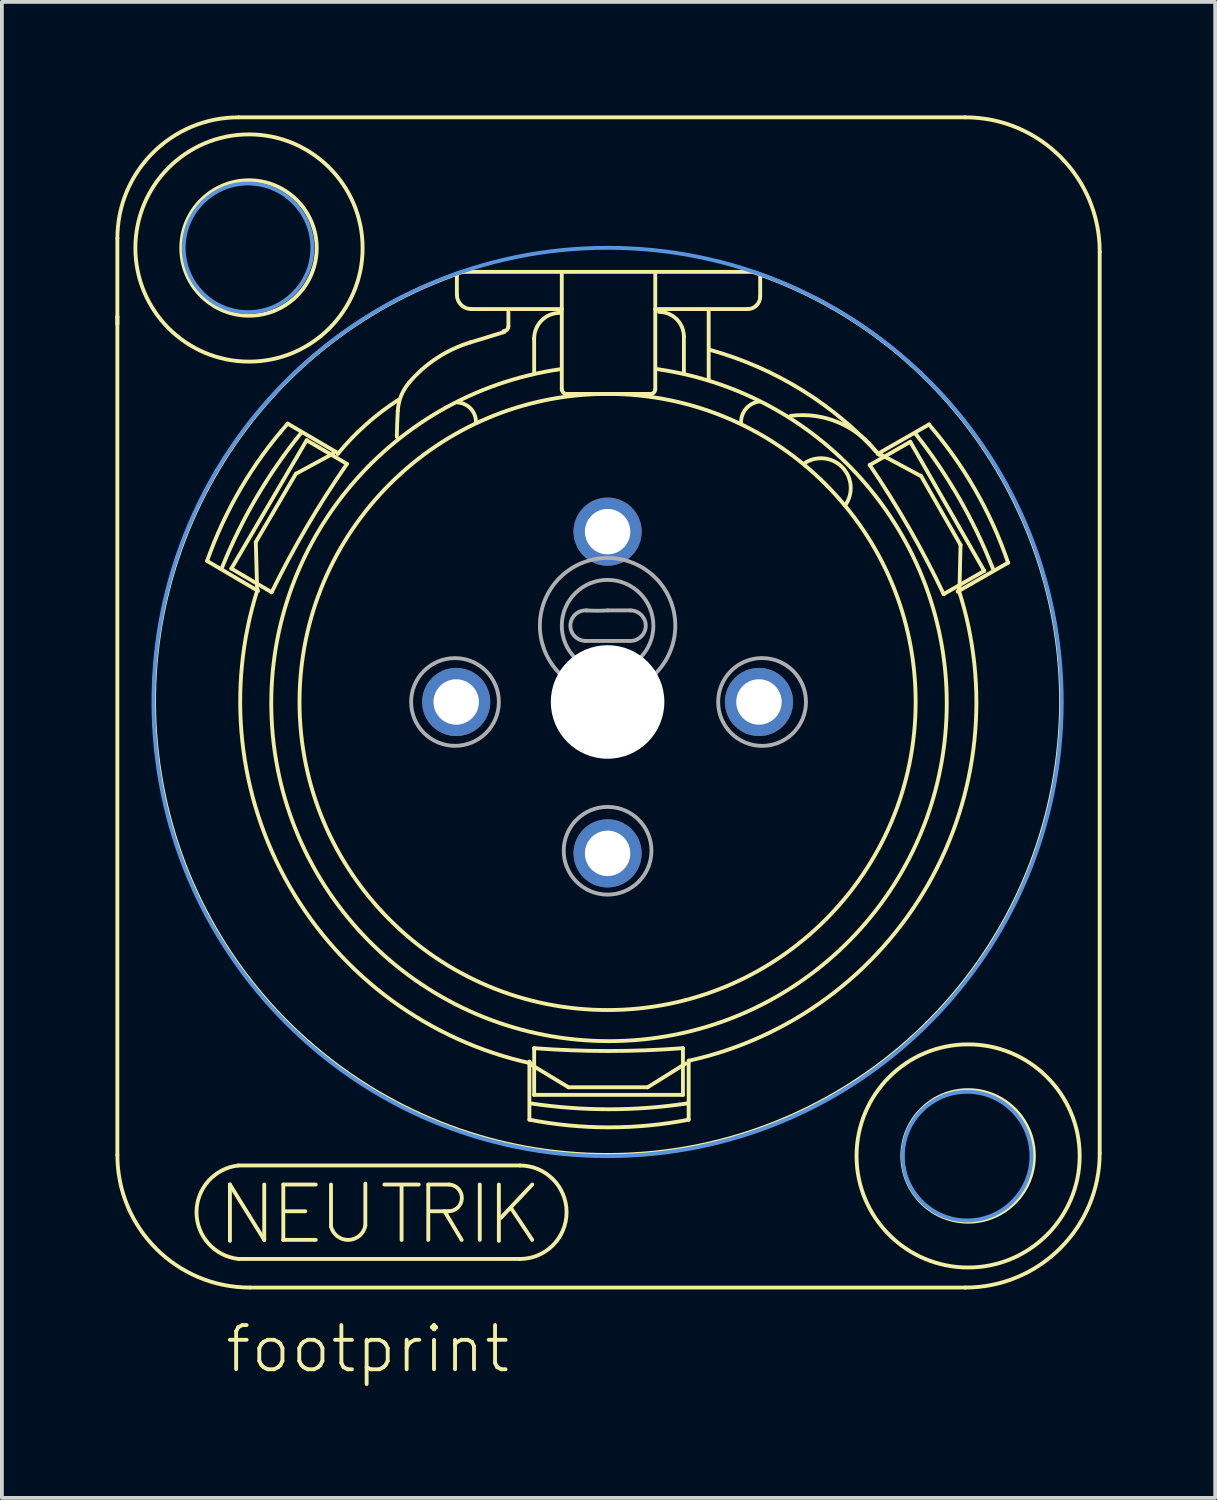
<source format=kicad_pcb>
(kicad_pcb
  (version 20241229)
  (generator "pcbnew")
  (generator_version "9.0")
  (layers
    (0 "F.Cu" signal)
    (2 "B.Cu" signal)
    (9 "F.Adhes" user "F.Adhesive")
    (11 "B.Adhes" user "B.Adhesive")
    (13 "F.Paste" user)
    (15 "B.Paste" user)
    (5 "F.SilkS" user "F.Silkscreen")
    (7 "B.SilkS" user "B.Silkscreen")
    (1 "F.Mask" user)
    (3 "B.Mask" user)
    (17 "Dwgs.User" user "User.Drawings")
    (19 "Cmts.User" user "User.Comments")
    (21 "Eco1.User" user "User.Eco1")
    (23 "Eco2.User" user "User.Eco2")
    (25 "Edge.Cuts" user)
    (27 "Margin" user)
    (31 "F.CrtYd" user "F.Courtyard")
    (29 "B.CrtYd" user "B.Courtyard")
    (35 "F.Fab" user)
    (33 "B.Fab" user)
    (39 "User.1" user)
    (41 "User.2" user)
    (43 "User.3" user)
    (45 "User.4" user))
  (footprint "footprint"
    (layer "F.Cu")
    (at 13.004 15.498)
    (property "Reference" "footprint" (at -10.16 17.78 0) (layer "F.SilkS") (effects (font (size 1.168 1.168) (thickness 0.102)) (justify left bottom)))
    (fp_line (start -12.953 -10.181) (end -12.953 -12.247) (stroke (width 0.102) (type solid)) (layer "F.SilkS"))
    (fp_line (start -12.953 -9.979) (end -12.953 -10.181) (stroke (width 0.102) (type solid)) (layer "F.SilkS"))
    (fp_line (start -12.953 11.97) (end -12.953 -10.181) (stroke (width 0.102) (type solid)) (layer "F.SilkS"))
    (fp_line (start -10.582 -3.725) (end -9.235 -2.934) (stroke (width 0.102) (type solid)) (layer "F.SilkS"))
    (fp_line (start -9.979 12.751) (end -9.072 14.213) (stroke (width 0.102) (type solid)) (layer "F.SilkS"))
    (fp_line (start -9.979 14.238) (end -9.979 12.751) (stroke (width 0.102) (type solid)) (layer "F.SilkS"))
    (fp_line (start -9.941 -3.524) (end -7.951 -6.915) (stroke (width 0.102) (type solid)) (layer "F.SilkS"))
    (fp_line (start -9.752 -15.448) (end 9.45 -15.448) (stroke (width 0.102) (type solid)) (layer "F.SilkS"))
    (fp_line (start -9.752 12.247) (end -2.318 12.247) (stroke (width 0.102) (type solid)) (layer "F.SilkS"))
    (fp_line (start -9.295 -4.226) (end -9.262 -3.038) (stroke (width 0.102) (type solid)) (layer "F.SilkS"))
    (fp_line (start -9.072 14.213) (end -9.072 12.751) (stroke (width 0.102) (type solid)) (layer "F.SilkS"))
    (fp_line (start -8.876 -2.899) (end -9.941 -3.524) (stroke (width 0.102) (type solid)) (layer "F.SilkS"))
    (fp_line (start -8.568 12.751) (end -8.568 14.213) (stroke (width 0.102) (type solid)) (layer "F.SilkS"))
    (fp_line (start -8.568 14.213) (end -7.711 14.213) (stroke (width 0.102) (type solid)) (layer "F.SilkS"))
    (fp_line (start -8.518 13.457) (end -7.988 13.457) (stroke (width 0.102) (type solid)) (layer "F.SilkS"))
    (fp_line (start -8.236 -6.03) (end -9.295 -4.226) (stroke (width 0.102) (type solid)) (layer "F.SilkS"))
    (fp_line (start -7.951 -6.915) (end -6.886 -6.29) (stroke (width 0.102) (type solid)) (layer "F.SilkS"))
    (fp_line (start -7.711 12.751) (end -8.568 12.751) (stroke (width 0.102) (type solid)) (layer "F.SilkS"))
    (fp_line (start -7.308 12.751) (end -7.308 13.86) (stroke (width 0.102) (type solid)) (layer "F.SilkS"))
    (fp_line (start -7.252 -6.563) (end -8.236 -6.03) (stroke (width 0.102) (type solid)) (layer "F.SilkS"))
    (fp_line (start -7.127 -6.577) (end -8.453 -7.355) (stroke (width 0.102) (type solid)) (layer "F.SilkS"))
    (fp_line (start -6.401 13.835) (end -6.401 12.726) (stroke (width 0.102) (type solid)) (layer "F.SilkS"))
    (fp_line (start -5.897 12.751) (end -4.99 12.751) (stroke (width 0.102) (type solid)) (layer "F.SilkS"))
    (fp_line (start -5.443 12.776) (end -5.443 14.213) (stroke (width 0.102) (type solid)) (layer "F.SilkS"))
    (fp_line (start -4.738 12.751) (end -4.183 12.751) (stroke (width 0.102) (type solid)) (layer "F.SilkS"))
    (fp_line (start -4.738 14.213) (end -4.738 12.751) (stroke (width 0.102) (type solid)) (layer "F.SilkS"))
    (fp_line (start -4.309 13.457) (end -4.687 13.457) (stroke (width 0.102) (type solid)) (layer "F.SilkS"))
    (fp_line (start -4.309 13.457) (end -3.856 14.213) (stroke (width 0.102) (type solid)) (layer "F.SilkS"))
    (fp_line (start -4.208 13.457) (end -4.309 13.457) (stroke (width 0.102) (type solid)) (layer "F.SilkS"))
    (fp_line (start -3.982 -11.315) (end -3.982 -10.76) (stroke (width 0.102) (type solid)) (layer "F.SilkS"))
    (fp_line (start -3.805 -11.365) (end 3.83 -11.365) (stroke (width 0.102) (type solid)) (layer "F.SilkS"))
    (fp_line (start -3.604 -10.382) (end -1.21 -10.382) (stroke (width 0.102) (type solid)) (layer "F.SilkS"))
    (fp_line (start -3.377 12.751) (end -3.377 14.213) (stroke (width 0.102) (type solid)) (layer "F.SilkS"))
    (fp_line (start -2.873 12.751) (end -2.873 14.238) (stroke (width 0.102) (type solid)) (layer "F.SilkS"))
    (fp_line (start -2.722 -9.778) (end -3.629 -9.5) (stroke (width 0.102) (type solid)) (layer "F.SilkS"))
    (fp_line (start -2.621 -10.307) (end -2.621 -9.929) (stroke (width 0.102) (type solid)) (layer "F.SilkS"))
    (fp_line (start -2.545 13.381) (end -1.991 14.213) (stroke (width 0.102) (type solid)) (layer "F.SilkS"))
    (fp_line (start -2.318 14.717) (end -9.752 14.717) (stroke (width 0.102) (type solid)) (layer "F.SilkS"))
    (fp_line (start -2.066 9.5) (end -2.066 11.038) (stroke (width 0.102) (type solid)) (layer "F.SilkS"))
    (fp_line (start -1.991 9.601) (end -1.033 10.181) (stroke (width 0.102) (type solid)) (layer "F.SilkS"))
    (fp_line (start -1.991 12.751) (end -2.822 13.633) (stroke (width 0.102) (type solid)) (layer "F.SilkS"))
    (fp_line (start -1.94 -8.719) (end -1.94 -9.601) (stroke (width 0.102) (type solid)) (layer "F.SilkS"))
    (fp_line (start -1.94 10.382) (end -1.94 9.148) (stroke (width 0.102) (type solid)) (layer "F.SilkS"))
    (fp_line (start -1.21 -11.315) (end -1.21 -8.266) (stroke (width 0.102) (type solid)) (layer "F.SilkS"))
    (fp_line (start -1.084 -8.14) (end 1.134 -8.14) (stroke (width 0.102) (type solid)) (layer "F.SilkS"))
    (fp_line (start -1.033 10.181) (end 1.058 10.181) (stroke (width 0.102) (type solid)) (layer "F.SilkS"))
    (fp_line (start 1.058 10.181) (end 2.066 9.551) (stroke (width 0.102) (type solid)) (layer "F.SilkS"))
    (fp_line (start 1.26 -10.382) (end 3.704 -10.382) (stroke (width 0.102) (type solid)) (layer "F.SilkS"))
    (fp_line (start 1.26 -8.266) (end 1.26 -11.315) (stroke (width 0.102) (type solid)) (layer "F.SilkS"))
    (fp_line (start 1.991 9.148) (end 1.991 10.382) (stroke (width 0.102) (type solid)) (layer "F.SilkS"))
    (fp_line (start 1.991 10.382) (end -1.94 10.382) (stroke (width 0.102) (type solid)) (layer "F.SilkS"))
    (fp_line (start 2.016 -8.694) (end 2.016 -9.652) (stroke (width 0.102) (type solid)) (layer "F.SilkS"))
    (fp_line (start 2.142 11.038) (end 2.142 9.475) (stroke (width 0.102) (type solid)) (layer "F.SilkS"))
    (fp_line (start 2.671 -8.543) (end 2.671 -10.332) (stroke (width 0.102) (type solid)) (layer "F.SilkS"))
    (fp_line (start 4.032 -10.71) (end 4.032 -11.239) (stroke (width 0.102) (type solid)) (layer "F.SilkS"))
    (fp_line (start 6.927 -6.261) (end 7.998 -6.875) (stroke (width 0.102) (type solid)) (layer "F.SilkS"))
    (fp_line (start 7.998 -6.875) (end 9.952 -3.463) (stroke (width 0.102) (type solid)) (layer "F.SilkS"))
    (fp_line (start 8.287 -5.965) (end 7.239 -6.527) (stroke (width 0.102) (type solid)) (layer "F.SilkS"))
    (fp_line (start 8.492 -7.332) (end 7.136 -6.555) (stroke (width 0.102) (type solid)) (layer "F.SilkS"))
    (fp_line (start 9.249 -2.916) (end 10.583 -3.68) (stroke (width 0.102) (type solid)) (layer "F.SilkS"))
    (fp_line (start 9.299 -3.031) (end 9.326 -4.15) (stroke (width 0.102) (type solid)) (layer "F.SilkS"))
    (fp_line (start 9.326 -4.15) (end 8.287 -5.965) (stroke (width 0.102) (type solid)) (layer "F.SilkS"))
    (fp_line (start 9.45 15.473) (end -9.45 15.473) (stroke (width 0.102) (type solid)) (layer "F.SilkS"))
    (fp_line (start 9.952 -3.463) (end 8.88 -2.85) (stroke (width 0.102) (type solid)) (layer "F.SilkS"))
    (fp_line (start 13.003 -11.894) (end 13.003 11.92) (stroke (width 0.102) (type solid)) (layer "F.SilkS"))
    (fp_arc (start -12.9528 -12.2472) (mid -12.015425 -14.510225) (end -9.7524 -15.4476) (stroke (width 0.1016) (type solid)) (layer "F.SilkS"))
    (fp_arc (start -10.5822 -3.7251) (mid -9.691784 -5.642311) (end -8.4526 -7.3549) (stroke (width 0.1016) (type solid)) (layer "F.SilkS"))
    (fp_arc (start -10.1872 -3.5518) (mid -9.279417 -5.400363) (end -8.1086 -7.0946) (stroke (width 0.1016) (type solid)) (layer "F.SilkS"))
    (fp_arc (start -9.7524 14.7168) (mid -10.861431 13.482) (end -9.7524 12.2472) (stroke (width 0.1016) (type solid)) (layer "F.SilkS"))
    (fp_arc (start -9.45 15.4728) (mid -11.926854 14.446854) (end -12.9528 11.97) (stroke (width 0.1016) (type solid)) (layer "F.SilkS"))
    (fp_arc (start -8.8756 -2.8991) (mid -7.945374 -4.632279) (end -6.8862 -6.2898) (stroke (width 0.1016) (type solid)) (layer "F.SilkS"))
    (fp_arc (start -7.1316 -6.552) (mid -6.381796 -7.333747) (end -5.5188 -7.9884) (stroke (width 0.1016) (type solid)) (layer "F.SilkS"))
    (fp_arc (start -6.400799 13.834798) (mid -6.84423 14.213465) (end -7.308 13.86) (stroke (width 0.1016) (type solid)) (layer "F.SilkS"))
    (fp_arc (start -5.5692 -7.0056) (mid -5.559696 -7.345915) (end -5.544 -7.686) (stroke (width 0.1016) (type solid)) (layer "F.SilkS"))
    (fp_arc (start -5.544 -7.686) (mid -5.454836 -8.088814) (end -5.2416 -8.442) (stroke (width 0.1016) (type solid)) (layer "F.SilkS"))
    (fp_arc (start -5.2416 -8.442) (mid -4.510913 -9.086572) (end -3.6288 -9.5004) (stroke (width 0.1016) (type solid)) (layer "F.SilkS"))
    (fp_arc (start -4.1832 12.7512) (mid -3.852274 13.116267) (end -4.208398 13.456799) (stroke (width 0.1016) (type solid)) (layer "F.SilkS"))
    (fp_arc (start -3.9564 -7.9128) (mid -3.619262 -7.753652) (end -3.477599 -7.408801) (stroke (width 0.1016) (type solid)) (layer "F.SilkS"))
    (fp_arc (start -3.6036 -10.3824) (mid -3.870886 -10.493114) (end -3.9816 -10.7604) (stroke (width 0.1016) (type solid)) (layer "F.SilkS"))
    (fp_arc (start -2.6208 -9.9288) (mid -2.657705 -9.839705) (end -2.7468 -9.8028) (stroke (width 0.1016) (type solid)) (layer "F.SilkS"))
    (fp_arc (start -2.3184 12.2472) (mid -1.0836 13.482) (end -2.3184 14.7168) (stroke (width 0.1016) (type solid)) (layer "F.SilkS"))
    (fp_arc (start -2.016001 9.550799) (mid -8.395454 4.884281) (end -9.2484 -2.9736) (stroke (width 0.1016) (type solid)) (layer "F.SilkS"))
    (fp_arc (start -1.9404 -9.6012) (mid -1.741115 -10.082315) (end -1.26 -10.2816) (stroke (width 0.1016) (type solid)) (layer "F.SilkS"))
    (fp_arc (start -1.0836 -8.1396) (mid -1.172695 -8.176505) (end -1.2096 -8.2656) (stroke (width 0.1016) (type solid)) (layer "F.SilkS"))
    (fp_arc (start 1.26 -8.2656) (mid 1.223095 -8.176505) (end 1.134 -8.1396) (stroke (width 0.1016) (type solid)) (layer "F.SilkS"))
    (fp_arc (start 1.3104 -8.7948) (mid 0.0378 8.961605) (end -1.2348 -8.7948) (stroke (width 0.1016) (type solid)) (layer "F.SilkS"))
    (fp_arc (start 1.3608 -10.3068) (mid 1.824096 -10.114896) (end 2.016 -9.6516) (stroke (width 0.1016) (type solid)) (layer "F.SilkS"))
    (fp_arc (start 1.9908 9.1476) (mid 0.0252 9.222351) (end -1.9404 9.1476) (stroke (width 0.1016) (type solid)) (layer "F.SilkS"))
    (fp_arc (start 2.0916 10.6092) (mid 0.0378 10.761684) (end -2.016 10.6092) (stroke (width 0.1016) (type solid)) (layer "F.SilkS"))
    (fp_arc (start 2.142 11.0376) (mid 0.0378 11.239782) (end -2.0664 11.0376) (stroke (width 0.1016) (type solid)) (layer "F.SilkS"))
    (fp_arc (start 2.721599 -9.2988) (mid 5.149852 -8.231484) (end 7.182 -6.5268) (stroke (width 0.1016) (type solid)) (layer "F.SilkS"))
    (fp_arc (start 3.528 -7.3584) (mid 3.652983 -7.742718) (end 4.006799 -7.937999) (stroke (width 0.1016) (type solid)) (layer "F.SilkS"))
    (fp_arc (start 3.8304 -11.3652) (mid 0 11.968781) (end -3.8304 -11.3652) (stroke (width 0.1016) (type solid)) (layer "F.SilkS"))
    (fp_arc (start 4.032 -10.71) (mid 3.936048 -10.478352) (end 3.7044 -10.3824) (stroke (width 0.1016) (type solid)) (layer "F.SilkS"))
    (fp_arc (start 4.8384 -7.56) (mid 6.084142 -7.392894) (end 7.0812 -6.6276) (stroke (width 0.1016) (type solid)) (layer "F.SilkS"))
    (fp_arc (start 5.1912 -6.3) (mid 6.201229 -6.203186) (end 6.274798 -5.191198) (stroke (width 0.1016) (type solid)) (layer "F.SilkS"))
    (fp_arc (start 6.9267 -6.2611) (mid 7.968417 -4.592549) (end 8.8804 -2.8497) (stroke (width 0.1016) (type solid)) (layer "F.SilkS"))
    (fp_arc (start 8.1449 -7.0749) (mid 9.297919 -5.368482) (end 10.1863 -3.5105) (stroke (width 0.1016) (type solid)) (layer "F.SilkS"))
    (fp_arc (start 8.4916 -7.3316) (mid 9.712794 -5.60613) (end 10.5831 -3.6797) (stroke (width 0.1016) (type solid)) (layer "F.SilkS"))
    (fp_arc (start 9.273599 -2.973601) (mid 8.469423 4.82008) (end 2.1672 9.4752) (stroke (width 0.1016) (type solid)) (layer "F.SilkS"))
    (fp_arc (start 9.45 -15.4476) (mid 11.962492 -14.406892) (end 13.0032 -11.8944) (stroke (width 0.1016) (type solid)) (layer "F.SilkS"))
    (fp_arc (start 13.0032 11.9196) (mid 11.962492 14.432092) (end 9.45 15.4728) (stroke (width 0.1016) (type solid)) (layer "F.SilkS"))
    (fp_circle (center -9.475 -11.995) (end -7.686 -11.995) (stroke (width 0.102) (type solid)) (fill no) (layer "F.SilkS"))
    (fp_circle (center -9.475 -11.995) (end -6.473 -11.995) (stroke (width 0.102) (type solid)) (fill no) (layer "F.SilkS"))
    (fp_circle (center 0 0) (end 8.14 0) (stroke (width 0.102) (type solid)) (fill no) (layer "F.SilkS"))
    (fp_circle (center 9.526 11.995) (end 11.264 11.995) (stroke (width 0.102) (type solid)) (fill no) (layer "F.SilkS"))
    (fp_circle (center 9.526 11.995) (end 12.474 11.995) (stroke (width 0.102) (type solid)) (fill no) (layer "F.SilkS"))
    (fp_circle (center -9.5 -12) (end -7.8 -12) (stroke (width 0.102) (type solid)) (fill no) (layer "Cmts.User"))
    (fp_circle (center 0 0) (end 12 0) (stroke (width 0.102) (type solid)) (fill no) (layer "Cmts.User"))
    (fp_circle (center 9.5 12) (end 11.2 12) (stroke (width 0.102) (type solid)) (fill no) (layer "Cmts.User"))
    (fp_line (start 0 -2.419) (end 0.605 -2.419) (stroke (width 0.102) (type solid)) (layer "F.Fab"))
    (fp_line (start 0.605 -1.613) (end -0.58 -1.613) (stroke (width 0.102) (type solid)) (layer "F.Fab"))
    (fp_arc (start -0.5796 -1.6128) (mid -0.982995 -2.029) (end -0.554398 -2.419198) (stroke (width 0.1016) (type solid)) (layer "F.Fab"))
    (fp_arc (start 0 -2.4192) (mid -0.2772 -2.41054) (end -0.5544 -2.4192) (stroke (width 0.1016) (type solid)) (layer "F.Fab"))
    (fp_arc (start 0.6048 -2.4192) (mid 1.008 -2.016) (end 0.6048 -1.6128) (stroke (width 0.1016) (type solid)) (layer "F.Fab"))
    (fp_circle (center -4.032 0) (end -2.873 0) (stroke (width 0.102) (type solid)) (fill no) (layer "F.Fab"))
    (fp_circle (center 0 -2.016) (end 1.21 -2.016) (stroke (width 0.102) (type solid)) (fill no) (layer "F.Fab"))
    (fp_circle (center 0 -2.016) (end 1.789 -2.016) (stroke (width 0.102) (type solid)) (fill no) (layer "F.Fab"))
    (fp_circle (center 0 3.931) (end 1.159 3.931) (stroke (width 0.102) (type solid)) (fill no) (layer "F.Fab"))
    (fp_circle (center 4.082 0) (end 5.242 0) (stroke (width 0.102) (type solid)) (fill no) (layer "F.Fab"))
    (pad "" np_thru_hole circle (at 0 0) (size 3 3) (drill 3) (layers "*.Cu" "*.Mask"))
    (pad "1" thru_hole circle (at -4 0) (size 1.8 1.8) (drill 1.2) (layers "*.Cu" "*.Mask"))
    (pad "2" thru_hole circle (at 4 0) (size 1.8 1.8) (drill 1.2) (layers "*.Cu" "*.Mask"))
    (pad "3" thru_hole circle (at 0 4) (size 1.8 1.8) (drill 1.2) (layers "*.Cu" "*.Mask"))
    (pad "G" thru_hole circle (at 0 -4.5) (size 1.8 1.8) (drill 1.2) (layers "*.Cu" "*.Mask")))
  (gr_rect
    (start -3 -3)
    (end 29.058 36.529)
    (stroke (width 0.1) (type default))
    (fill no)
    (layer "Edge.Cuts")))
</source>
